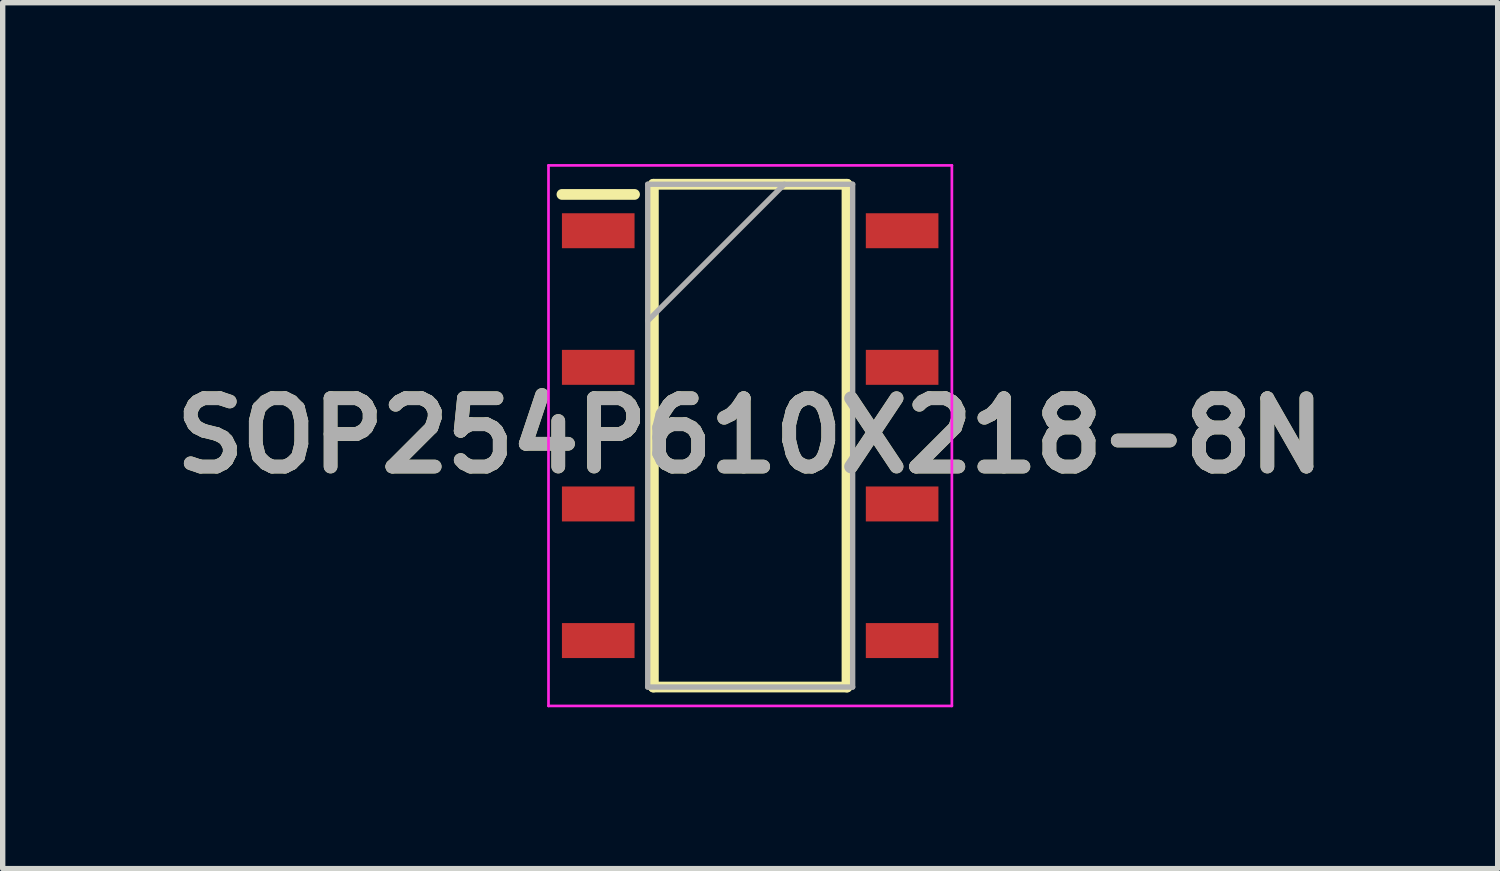
<source format=kicad_pcb>
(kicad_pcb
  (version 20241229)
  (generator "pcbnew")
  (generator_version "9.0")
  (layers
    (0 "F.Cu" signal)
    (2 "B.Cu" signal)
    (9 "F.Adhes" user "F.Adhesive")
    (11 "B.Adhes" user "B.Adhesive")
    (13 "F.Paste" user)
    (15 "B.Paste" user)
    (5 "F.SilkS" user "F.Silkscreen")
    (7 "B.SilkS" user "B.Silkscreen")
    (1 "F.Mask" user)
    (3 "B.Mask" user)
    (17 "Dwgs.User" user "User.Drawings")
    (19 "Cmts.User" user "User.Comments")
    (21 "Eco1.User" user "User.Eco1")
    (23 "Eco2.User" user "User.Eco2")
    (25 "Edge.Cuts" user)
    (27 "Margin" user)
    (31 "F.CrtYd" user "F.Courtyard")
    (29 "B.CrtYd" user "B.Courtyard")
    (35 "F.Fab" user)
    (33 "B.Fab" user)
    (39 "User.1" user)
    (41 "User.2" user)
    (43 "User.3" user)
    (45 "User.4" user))
  (footprint "SOP254P610X218-8N"
    (layer "F.Cu")
    (at 10.898 5.05)
    (property "Reference" "SOP254P610X218-8N" (at 0 0 0) (layer "F.SilkS") (effects (font (size 1.27 1.27) (thickness 0.254))))
    (attr smd)
    (fp_line (start -3.5 -4.485) (end -2.15 -4.485) (stroke (width 0.2) (type solid)) (layer "F.SilkS"))
    (fp_line (start -1.8 -4.674) (end 1.8 -4.674) (stroke (width 0.2) (type solid)) (layer "F.SilkS"))
    (fp_line (start -1.8 4.674) (end -1.8 -4.674) (stroke (width 0.2) (type solid)) (layer "F.SilkS"))
    (fp_line (start 1.8 -4.674) (end 1.8 4.674) (stroke (width 0.2) (type solid)) (layer "F.SilkS"))
    (fp_line (start 1.8 4.674) (end -1.8 4.674) (stroke (width 0.2) (type solid)) (layer "F.SilkS"))
    (fp_line (start -3.75 -5.025) (end 3.75 -5.025) (stroke (width 0.05) (type solid)) (layer "F.CrtYd"))
    (fp_line (start -3.75 5.025) (end -3.75 -5.025) (stroke (width 0.05) (type solid)) (layer "F.CrtYd"))
    (fp_line (start 3.75 -5.025) (end 3.75 5.025) (stroke (width 0.05) (type solid)) (layer "F.CrtYd"))
    (fp_line (start 3.75 5.025) (end -3.75 5.025) (stroke (width 0.05) (type solid)) (layer "F.CrtYd"))
    (fp_line (start -1.905 -4.674) (end 1.905 -4.674) (stroke (width 0.1) (type solid)) (layer "F.Fab"))
    (fp_line (start -1.905 -2.134) (end 0.635 -4.674) (stroke (width 0.1) (type solid)) (layer "F.Fab"))
    (fp_line (start -1.905 4.674) (end -1.905 -4.674) (stroke (width 0.1) (type solid)) (layer "F.Fab"))
    (fp_line (start 1.905 -4.674) (end 1.905 4.674) (stroke (width 0.1) (type solid)) (layer "F.Fab"))
    (fp_line (start 1.905 4.674) (end -1.905 4.674) (stroke (width 0.1) (type solid)) (layer "F.Fab"))
    (fp_text user "${REFERENCE}" (at 0 0 0) (layer "F.Fab") (effects (font (size 1.27 1.27) (thickness 0.254))))
    (pad "1" smd rect (at -2.825 -3.81 90) (size 0.65 1.35) (layers "F.Cu" "F.Mask" "F.Paste"))
    (pad "2" smd rect (at -2.825 -1.27 90) (size 0.65 1.35) (layers "F.Cu" "F.Mask" "F.Paste"))
    (pad "3" smd rect (at -2.825 1.27 90) (size 0.65 1.35) (layers "F.Cu" "F.Mask" "F.Paste"))
    (pad "4" smd rect (at -2.825 3.81 90) (size 0.65 1.35) (layers "F.Cu" "F.Mask" "F.Paste"))
    (pad "5" smd rect (at 2.825 3.81 90) (size 0.65 1.35) (layers "F.Cu" "F.Mask" "F.Paste"))
    (pad "6" smd rect (at 2.825 1.27 90) (size 0.65 1.35) (layers "F.Cu" "F.Mask" "F.Paste"))
    (pad "7" smd rect (at 2.825 -1.27 90) (size 0.65 1.35) (layers "F.Cu" "F.Mask" "F.Paste"))
    (pad "8" smd rect (at 2.825 -3.81 90) (size 0.65 1.35) (layers "F.Cu" "F.Mask" "F.Paste")))
  (gr_rect
    (start -3 -3)
    (end 24.796 13.1)
    (stroke (width 0.1) (type default))
    (fill no)
    (layer "Edge.Cuts")))
</source>
